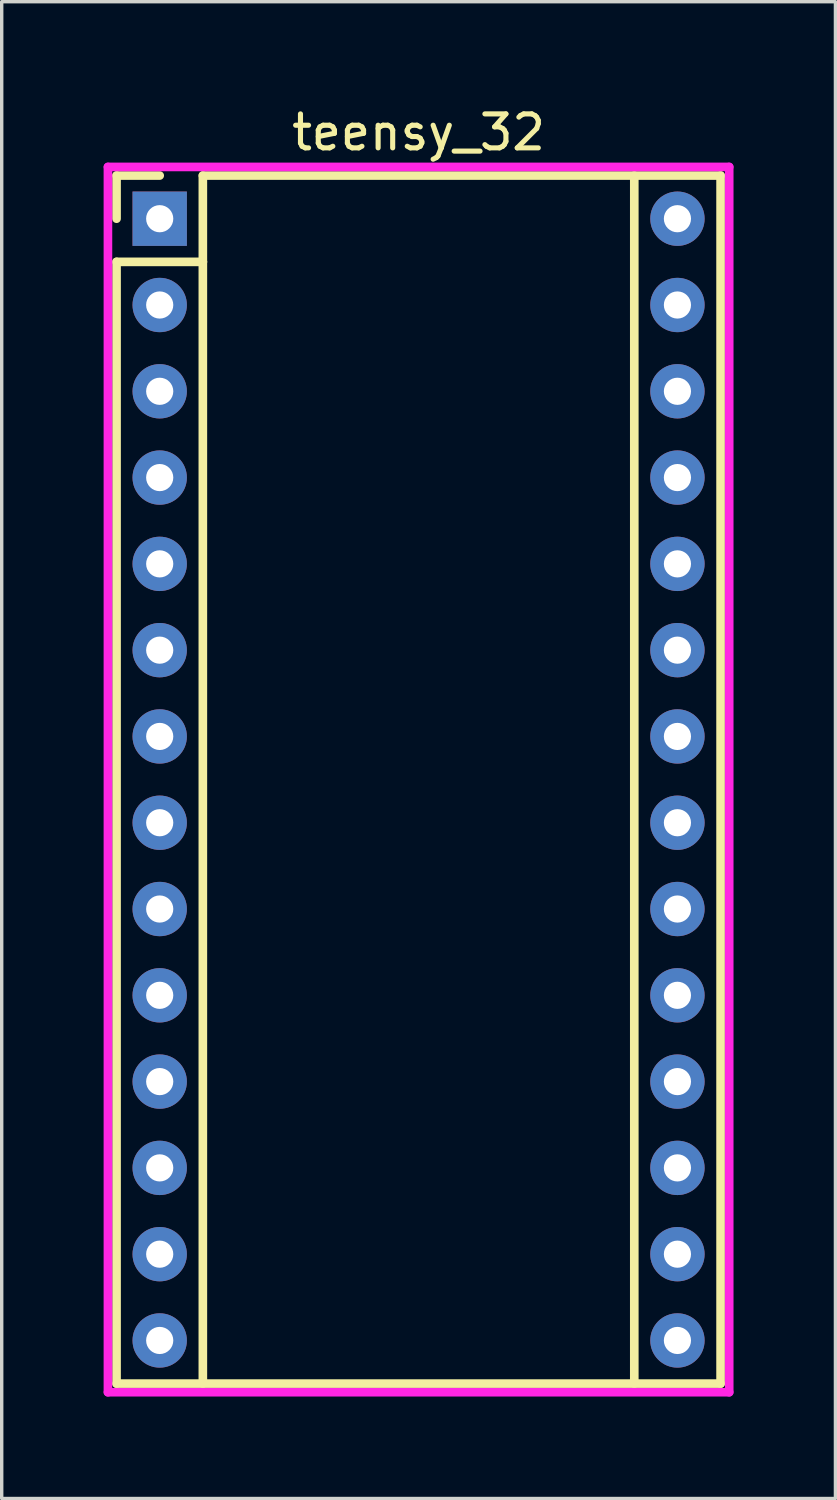
<source format=kicad_pcb>
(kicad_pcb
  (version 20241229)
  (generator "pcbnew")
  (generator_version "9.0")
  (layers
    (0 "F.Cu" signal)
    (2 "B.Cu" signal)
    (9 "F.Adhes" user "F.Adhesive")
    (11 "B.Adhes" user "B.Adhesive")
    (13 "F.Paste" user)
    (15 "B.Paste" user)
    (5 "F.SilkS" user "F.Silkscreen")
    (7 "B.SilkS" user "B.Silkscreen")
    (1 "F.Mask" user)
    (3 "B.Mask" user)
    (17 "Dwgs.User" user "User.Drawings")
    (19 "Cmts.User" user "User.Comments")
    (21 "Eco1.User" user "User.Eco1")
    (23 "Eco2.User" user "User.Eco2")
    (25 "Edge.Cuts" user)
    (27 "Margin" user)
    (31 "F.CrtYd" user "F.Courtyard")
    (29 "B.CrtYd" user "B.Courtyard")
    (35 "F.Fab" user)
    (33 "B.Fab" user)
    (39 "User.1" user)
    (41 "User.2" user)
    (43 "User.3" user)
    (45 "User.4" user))
  (footprint "teensy_32"
    (layer "F.Cu")
    (at 1.651 3.388)
    (property "Reference" "teensy_32" (at 7.62 -2.54 0) (layer "F.SilkS") (effects (font (size 1 1) (thickness 0.15))))
    (attr through_hole)
    (fp_line (start -1.27 -1.27) (end -1.27 0) (stroke (width 0.254) (type solid)) (layer "F.SilkS"))
    (fp_line (start -1.27 1.27) (end -1.27 34.29) (stroke (width 0.254) (type solid)) (layer "F.SilkS"))
    (fp_line (start -1.27 34.29) (end 16.51 34.29) (stroke (width 0.254) (type solid)) (layer "F.SilkS"))
    (fp_line (start 0 -1.27) (end -1.27 -1.27) (stroke (width 0.254) (type solid)) (layer "F.SilkS"))
    (fp_line (start 1.27 -1.27) (end 1.27 1.27) (stroke (width 0.254) (type solid)) (layer "F.SilkS"))
    (fp_line (start 1.27 1.27) (end -1.27 1.27) (stroke (width 0.254) (type solid)) (layer "F.SilkS"))
    (fp_line (start 1.27 34.29) (end 1.27 1.27) (stroke (width 0.254) (type solid)) (layer "F.SilkS"))
    (fp_line (start 13.97 -1.27) (end 13.97 34.29) (stroke (width 0.254) (type solid)) (layer "F.SilkS"))
    (fp_line (start 16.51 -1.27) (end 1.27 -1.27) (stroke (width 0.254) (type solid)) (layer "F.SilkS"))
    (fp_line (start 16.51 34.29) (end 16.51 -1.27) (stroke (width 0.254) (type solid)) (layer "F.SilkS"))
    (fp_line (start -1.524 -1.524) (end 16.764 -1.524) (stroke (width 0.254) (type solid)) (layer "F.CrtYd"))
    (fp_line (start -1.524 34.544) (end -1.524 -1.524) (stroke (width 0.254) (type solid)) (layer "F.CrtYd"))
    (fp_line (start 16.764 -1.524) (end 16.764 34.544) (stroke (width 0.254) (type solid)) (layer "F.CrtYd"))
    (fp_line (start 16.764 34.544) (end -1.524 34.544) (stroke (width 0.254) (type solid)) (layer "F.CrtYd"))
    (pad "1" thru_hole rect (at 0 0) (size 1.6 1.6) (drill 0.8) (layers "*.Cu" "*.Mask"))
    (pad "2" thru_hole oval (at 0 2.54) (size 1.6 1.6) (drill 0.8) (layers "*.Cu" "*.Mask"))
    (pad "3" thru_hole oval (at 0 5.08) (size 1.6 1.6) (drill 0.8) (layers "*.Cu" "*.Mask"))
    (pad "4" thru_hole oval (at 0 7.62) (size 1.6 1.6) (drill 0.8) (layers "*.Cu" "*.Mask"))
    (pad "5" thru_hole oval (at 0 10.16) (size 1.6 1.6) (drill 0.8) (layers "*.Cu" "*.Mask"))
    (pad "6" thru_hole oval (at 0 12.7) (size 1.6 1.6) (drill 0.8) (layers "*.Cu" "*.Mask"))
    (pad "7" thru_hole oval (at 0 15.24) (size 1.6 1.6) (drill 0.8) (layers "*.Cu" "*.Mask"))
    (pad "8" thru_hole oval (at 0 17.78) (size 1.6 1.6) (drill 0.8) (layers "*.Cu" "*.Mask"))
    (pad "9" thru_hole oval (at 0 20.32) (size 1.6 1.6) (drill 0.8) (layers "*.Cu" "*.Mask"))
    (pad "10" thru_hole oval (at 0 22.86) (size 1.6 1.6) (drill 0.8) (layers "*.Cu" "*.Mask"))
    (pad "11" thru_hole oval (at 0 25.4) (size 1.6 1.6) (drill 0.8) (layers "*.Cu" "*.Mask"))
    (pad "12" thru_hole oval (at 0 27.94) (size 1.6 1.6) (drill 0.8) (layers "*.Cu" "*.Mask"))
    (pad "13" thru_hole oval (at 0 30.48) (size 1.6 1.6) (drill 0.8) (layers "*.Cu" "*.Mask"))
    (pad "14" thru_hole oval (at 0 33.02) (size 1.6 1.6) (drill 0.8) (layers "*.Cu" "*.Mask"))
    (pad "20" thru_hole oval (at 15.24 33.02) (size 1.6 1.6) (drill 0.8) (layers "*.Cu" "*.Mask"))
    (pad "21" thru_hole oval (at 15.24 30.48) (size 1.6 1.6) (drill 0.8) (layers "*.Cu" "*.Mask"))
    (pad "22" thru_hole oval (at 15.24 27.94) (size 1.6 1.6) (drill 0.8) (layers "*.Cu" "*.Mask"))
    (pad "23" thru_hole oval (at 15.24 25.4) (size 1.6 1.6) (drill 0.8) (layers "*.Cu" "*.Mask"))
    (pad "24" thru_hole oval (at 15.24 22.86) (size 1.6 1.6) (drill 0.8) (layers "*.Cu" "*.Mask"))
    (pad "25" thru_hole oval (at 15.24 20.32) (size 1.6 1.6) (drill 0.8) (layers "*.Cu" "*.Mask"))
    (pad "26" thru_hole oval (at 15.24 17.78) (size 1.6 1.6) (drill 0.8) (layers "*.Cu" "*.Mask"))
    (pad "27" thru_hole oval (at 15.24 15.24) (size 1.6 1.6) (drill 0.8) (layers "*.Cu" "*.Mask"))
    (pad "28" thru_hole oval (at 15.24 12.7) (size 1.6 1.6) (drill 0.8) (layers "*.Cu" "*.Mask"))
    (pad "29" thru_hole oval (at 15.24 10.16) (size 1.6 1.6) (drill 0.8) (layers "*.Cu" "*.Mask"))
    (pad "30" thru_hole oval (at 15.24 7.62) (size 1.6 1.6) (drill 0.8) (layers "*.Cu" "*.Mask"))
    (pad "31" thru_hole oval (at 15.24 5.08) (size 1.6 1.6) (drill 0.8) (layers "*.Cu" "*.Mask"))
    (pad "32" thru_hole oval (at 15.24 2.54) (size 1.6 1.6) (drill 0.8) (layers "*.Cu" "*.Mask"))
    (pad "33" thru_hole oval (at 15.24 0) (size 1.6 1.6) (drill 0.8) (layers "*.Cu" "*.Mask")))
  (gr_rect
    (start -3 -3)
    (end 21.542 41.059)
    (stroke (width 0.1) (type default))
    (fill no)
    (layer "Edge.Cuts")))
</source>
